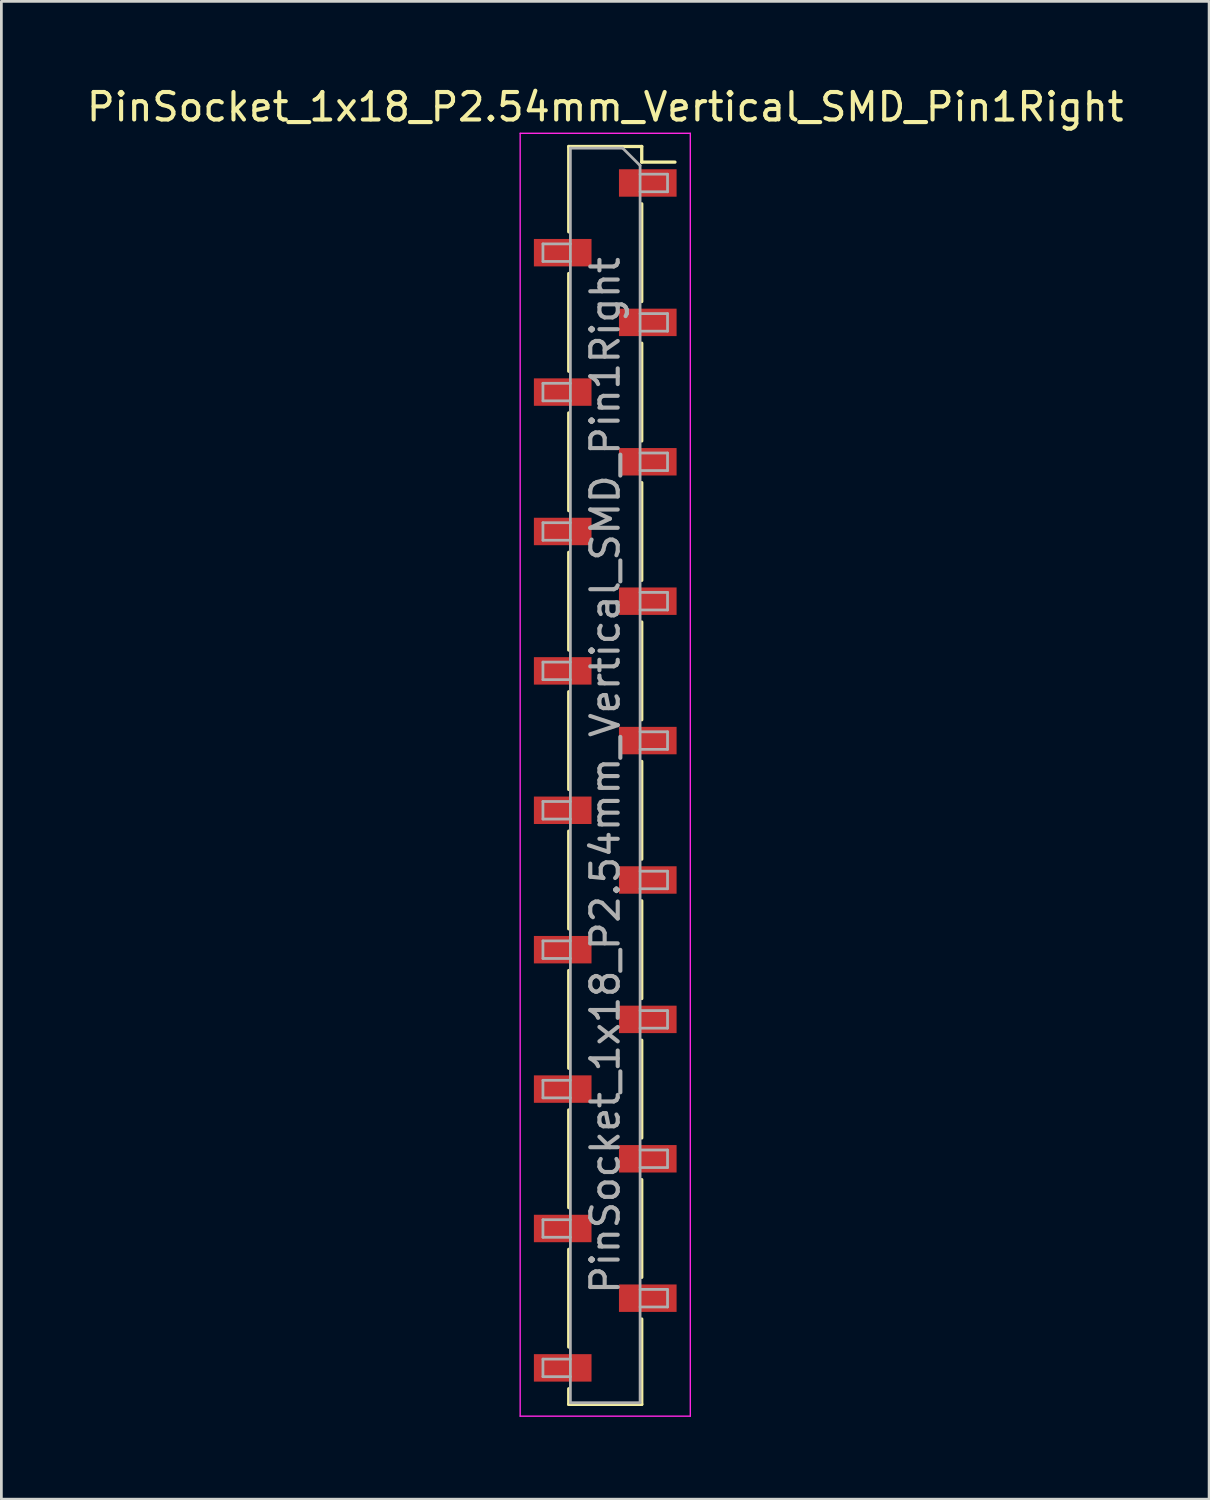
<source format=kicad_pcb>
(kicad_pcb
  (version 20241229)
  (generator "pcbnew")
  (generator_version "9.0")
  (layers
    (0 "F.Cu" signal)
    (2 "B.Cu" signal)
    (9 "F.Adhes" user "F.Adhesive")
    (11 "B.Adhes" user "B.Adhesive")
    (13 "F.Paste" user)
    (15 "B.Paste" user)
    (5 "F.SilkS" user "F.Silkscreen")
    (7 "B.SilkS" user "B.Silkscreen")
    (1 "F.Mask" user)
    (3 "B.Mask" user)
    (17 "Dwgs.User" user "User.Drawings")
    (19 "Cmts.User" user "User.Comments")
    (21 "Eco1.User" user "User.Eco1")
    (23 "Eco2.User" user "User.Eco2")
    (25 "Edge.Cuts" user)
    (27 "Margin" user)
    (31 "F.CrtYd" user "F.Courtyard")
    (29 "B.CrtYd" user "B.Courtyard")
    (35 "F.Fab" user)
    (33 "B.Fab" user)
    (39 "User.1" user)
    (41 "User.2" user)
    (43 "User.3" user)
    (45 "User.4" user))
  (footprint "PinSocket_1x18_P2.54mm_Vertical_SMD_Pin1Right"
    (layer "F.Cu")
    (at 19.006 25.208)
    (property "Reference" "PinSocket_1x18_P2.54mm_Vertical_SMD_Pin1Right" (at 0 -24.36 0) (layer "F.SilkS") (effects (font (size 1 1) (thickness 0.15))))
    (attr smd)
    (fp_line (start -1.33 -22.92) (end -1.33 -19.81) (stroke (width 0.12) (type solid)) (layer "F.SilkS"))
    (fp_line (start -1.33 -22.92) (end 1.33 -22.92) (stroke (width 0.12) (type solid)) (layer "F.SilkS"))
    (fp_line (start -1.33 -18.29) (end -1.33 -14.73) (stroke (width 0.12) (type solid)) (layer "F.SilkS"))
    (fp_line (start -1.33 -13.21) (end -1.33 -9.65) (stroke (width 0.12) (type solid)) (layer "F.SilkS"))
    (fp_line (start -1.33 -8.13) (end -1.33 -4.57) (stroke (width 0.12) (type solid)) (layer "F.SilkS"))
    (fp_line (start -1.33 -3.05) (end -1.33 0.51) (stroke (width 0.12) (type solid)) (layer "F.SilkS"))
    (fp_line (start -1.33 2.03) (end -1.33 5.59) (stroke (width 0.12) (type solid)) (layer "F.SilkS"))
    (fp_line (start -1.33 7.11) (end -1.33 10.67) (stroke (width 0.12) (type solid)) (layer "F.SilkS"))
    (fp_line (start -1.33 12.19) (end -1.33 15.75) (stroke (width 0.12) (type solid)) (layer "F.SilkS"))
    (fp_line (start -1.33 17.27) (end -1.33 20.83) (stroke (width 0.12) (type solid)) (layer "F.SilkS"))
    (fp_line (start -1.33 22.35) (end -1.33 22.92) (stroke (width 0.12) (type solid)) (layer "F.SilkS"))
    (fp_line (start -1.33 22.92) (end 1.33 22.92) (stroke (width 0.12) (type solid)) (layer "F.SilkS"))
    (fp_line (start 1.33 -22.92) (end 1.33 -22.35) (stroke (width 0.12) (type solid)) (layer "F.SilkS"))
    (fp_line (start 1.33 -22.35) (end 2.54 -22.35) (stroke (width 0.12) (type solid)) (layer "F.SilkS"))
    (fp_line (start 1.33 -20.83) (end 1.33 -17.27) (stroke (width 0.12) (type solid)) (layer "F.SilkS"))
    (fp_line (start 1.33 -15.75) (end 1.33 -12.19) (stroke (width 0.12) (type solid)) (layer "F.SilkS"))
    (fp_line (start 1.33 -10.67) (end 1.33 -7.11) (stroke (width 0.12) (type solid)) (layer "F.SilkS"))
    (fp_line (start 1.33 -5.59) (end 1.33 -2.03) (stroke (width 0.12) (type solid)) (layer "F.SilkS"))
    (fp_line (start 1.33 -0.51) (end 1.33 3.05) (stroke (width 0.12) (type solid)) (layer "F.SilkS"))
    (fp_line (start 1.33 4.57) (end 1.33 8.13) (stroke (width 0.12) (type solid)) (layer "F.SilkS"))
    (fp_line (start 1.33 9.65) (end 1.33 13.21) (stroke (width 0.12) (type solid)) (layer "F.SilkS"))
    (fp_line (start 1.33 14.73) (end 1.33 18.29) (stroke (width 0.12) (type solid)) (layer "F.SilkS"))
    (fp_line (start 1.33 19.81) (end 1.33 22.92) (stroke (width 0.12) (type solid)) (layer "F.SilkS"))
    (fp_line (start -3.1 -23.4) (end 3.1 -23.4) (stroke (width 0.05) (type solid)) (layer "F.CrtYd"))
    (fp_line (start -3.1 23.35) (end -3.1 -23.4) (stroke (width 0.05) (type solid)) (layer "F.CrtYd"))
    (fp_line (start 3.1 -23.4) (end 3.1 23.35) (stroke (width 0.05) (type solid)) (layer "F.CrtYd"))
    (fp_line (start 3.1 23.35) (end -3.1 23.35) (stroke (width 0.05) (type solid)) (layer "F.CrtYd"))
    (fp_line (start -2.27 -19.37) (end -1.27 -19.37) (stroke (width 0.1) (type solid)) (layer "F.Fab"))
    (fp_line (start -2.27 -18.73) (end -2.27 -19.37) (stroke (width 0.1) (type solid)) (layer "F.Fab"))
    (fp_line (start -2.27 -14.29) (end -1.27 -14.29) (stroke (width 0.1) (type solid)) (layer "F.Fab"))
    (fp_line (start -2.27 -13.65) (end -2.27 -14.29) (stroke (width 0.1) (type solid)) (layer "F.Fab"))
    (fp_line (start -2.27 -9.21) (end -1.27 -9.21) (stroke (width 0.1) (type solid)) (layer "F.Fab"))
    (fp_line (start -2.27 -8.57) (end -2.27 -9.21) (stroke (width 0.1) (type solid)) (layer "F.Fab"))
    (fp_line (start -2.27 -4.13) (end -1.27 -4.13) (stroke (width 0.1) (type solid)) (layer "F.Fab"))
    (fp_line (start -2.27 -3.49) (end -2.27 -4.13) (stroke (width 0.1) (type solid)) (layer "F.Fab"))
    (fp_line (start -2.27 0.95) (end -1.27 0.95) (stroke (width 0.1) (type solid)) (layer "F.Fab"))
    (fp_line (start -2.27 1.59) (end -2.27 0.95) (stroke (width 0.1) (type solid)) (layer "F.Fab"))
    (fp_line (start -2.27 6.03) (end -1.27 6.03) (stroke (width 0.1) (type solid)) (layer "F.Fab"))
    (fp_line (start -2.27 6.67) (end -2.27 6.03) (stroke (width 0.1) (type solid)) (layer "F.Fab"))
    (fp_line (start -2.27 11.11) (end -1.27 11.11) (stroke (width 0.1) (type solid)) (layer "F.Fab"))
    (fp_line (start -2.27 11.75) (end -2.27 11.11) (stroke (width 0.1) (type solid)) (layer "F.Fab"))
    (fp_line (start -2.27 16.19) (end -1.27 16.19) (stroke (width 0.1) (type solid)) (layer "F.Fab"))
    (fp_line (start -2.27 16.83) (end -2.27 16.19) (stroke (width 0.1) (type solid)) (layer "F.Fab"))
    (fp_line (start -2.27 21.27) (end -1.27 21.27) (stroke (width 0.1) (type solid)) (layer "F.Fab"))
    (fp_line (start -2.27 21.91) (end -2.27 21.27) (stroke (width 0.1) (type solid)) (layer "F.Fab"))
    (fp_line (start -1.27 -22.86) (end 0.635 -22.86) (stroke (width 0.1) (type solid)) (layer "F.Fab"))
    (fp_line (start -1.27 -18.73) (end -2.27 -18.73) (stroke (width 0.1) (type solid)) (layer "F.Fab"))
    (fp_line (start -1.27 -13.65) (end -2.27 -13.65) (stroke (width 0.1) (type solid)) (layer "F.Fab"))
    (fp_line (start -1.27 -8.57) (end -2.27 -8.57) (stroke (width 0.1) (type solid)) (layer "F.Fab"))
    (fp_line (start -1.27 -3.49) (end -2.27 -3.49) (stroke (width 0.1) (type solid)) (layer "F.Fab"))
    (fp_line (start -1.27 1.59) (end -2.27 1.59) (stroke (width 0.1) (type solid)) (layer "F.Fab"))
    (fp_line (start -1.27 6.67) (end -2.27 6.67) (stroke (width 0.1) (type solid)) (layer "F.Fab"))
    (fp_line (start -1.27 11.75) (end -2.27 11.75) (stroke (width 0.1) (type solid)) (layer "F.Fab"))
    (fp_line (start -1.27 16.83) (end -2.27 16.83) (stroke (width 0.1) (type solid)) (layer "F.Fab"))
    (fp_line (start -1.27 21.91) (end -2.27 21.91) (stroke (width 0.1) (type solid)) (layer "F.Fab"))
    (fp_line (start -1.27 22.86) (end -1.27 -22.86) (stroke (width 0.1) (type solid)) (layer "F.Fab"))
    (fp_line (start 0.635 -22.86) (end 1.27 -22.225) (stroke (width 0.1) (type solid)) (layer "F.Fab"))
    (fp_line (start 1.27 -22.225) (end 1.27 22.86) (stroke (width 0.1) (type solid)) (layer "F.Fab"))
    (fp_line (start 1.27 -21.91) (end 2.27 -21.91) (stroke (width 0.1) (type solid)) (layer "F.Fab"))
    (fp_line (start 1.27 -16.83) (end 2.27 -16.83) (stroke (width 0.1) (type solid)) (layer "F.Fab"))
    (fp_line (start 1.27 -11.75) (end 2.27 -11.75) (stroke (width 0.1) (type solid)) (layer "F.Fab"))
    (fp_line (start 1.27 -6.67) (end 2.27 -6.67) (stroke (width 0.1) (type solid)) (layer "F.Fab"))
    (fp_line (start 1.27 -1.59) (end 2.27 -1.59) (stroke (width 0.1) (type solid)) (layer "F.Fab"))
    (fp_line (start 1.27 3.49) (end 2.27 3.49) (stroke (width 0.1) (type solid)) (layer "F.Fab"))
    (fp_line (start 1.27 8.57) (end 2.27 8.57) (stroke (width 0.1) (type solid)) (layer "F.Fab"))
    (fp_line (start 1.27 13.65) (end 2.27 13.65) (stroke (width 0.1) (type solid)) (layer "F.Fab"))
    (fp_line (start 1.27 18.73) (end 2.27 18.73) (stroke (width 0.1) (type solid)) (layer "F.Fab"))
    (fp_line (start 1.27 22.86) (end -1.27 22.86) (stroke (width 0.1) (type solid)) (layer "F.Fab"))
    (fp_line (start 2.27 -21.91) (end 2.27 -21.27) (stroke (width 0.1) (type solid)) (layer "F.Fab"))
    (fp_line (start 2.27 -21.27) (end 1.27 -21.27) (stroke (width 0.1) (type solid)) (layer "F.Fab"))
    (fp_line (start 2.27 -16.83) (end 2.27 -16.19) (stroke (width 0.1) (type solid)) (layer "F.Fab"))
    (fp_line (start 2.27 -16.19) (end 1.27 -16.19) (stroke (width 0.1) (type solid)) (layer "F.Fab"))
    (fp_line (start 2.27 -11.75) (end 2.27 -11.11) (stroke (width 0.1) (type solid)) (layer "F.Fab"))
    (fp_line (start 2.27 -11.11) (end 1.27 -11.11) (stroke (width 0.1) (type solid)) (layer "F.Fab"))
    (fp_line (start 2.27 -6.67) (end 2.27 -6.03) (stroke (width 0.1) (type solid)) (layer "F.Fab"))
    (fp_line (start 2.27 -6.03) (end 1.27 -6.03) (stroke (width 0.1) (type solid)) (layer "F.Fab"))
    (fp_line (start 2.27 -1.59) (end 2.27 -0.95) (stroke (width 0.1) (type solid)) (layer "F.Fab"))
    (fp_line (start 2.27 -0.95) (end 1.27 -0.95) (stroke (width 0.1) (type solid)) (layer "F.Fab"))
    (fp_line (start 2.27 3.49) (end 2.27 4.13) (stroke (width 0.1) (type solid)) (layer "F.Fab"))
    (fp_line (start 2.27 4.13) (end 1.27 4.13) (stroke (width 0.1) (type solid)) (layer "F.Fab"))
    (fp_line (start 2.27 8.57) (end 2.27 9.21) (stroke (width 0.1) (type solid)) (layer "F.Fab"))
    (fp_line (start 2.27 9.21) (end 1.27 9.21) (stroke (width 0.1) (type solid)) (layer "F.Fab"))
    (fp_line (start 2.27 13.65) (end 2.27 14.29) (stroke (width 0.1) (type solid)) (layer "F.Fab"))
    (fp_line (start 2.27 14.29) (end 1.27 14.29) (stroke (width 0.1) (type solid)) (layer "F.Fab"))
    (fp_line (start 2.27 18.73) (end 2.27 19.37) (stroke (width 0.1) (type solid)) (layer "F.Fab"))
    (fp_line (start 2.27 19.37) (end 1.27 19.37) (stroke (width 0.1) (type solid)) (layer "F.Fab"))
    (fp_text user "${REFERENCE}" (at 0 0 90) (layer "F.Fab") (effects (font (size 1 1) (thickness 0.15))))
    (pad "1" smd rect (at 1.55 -21.59) (size 2.1 1) (layers "F.Cu" "F.Mask" "F.Paste"))
    (pad "2" smd rect (at -1.55 -19.05) (size 2.1 1) (layers "F.Cu" "F.Mask" "F.Paste"))
    (pad "3" smd rect (at 1.55 -16.51) (size 2.1 1) (layers "F.Cu" "F.Mask" "F.Paste"))
    (pad "4" smd rect (at -1.55 -13.97) (size 2.1 1) (layers "F.Cu" "F.Mask" "F.Paste"))
    (pad "5" smd rect (at 1.55 -11.43) (size 2.1 1) (layers "F.Cu" "F.Mask" "F.Paste"))
    (pad "6" smd rect (at -1.55 -8.89) (size 2.1 1) (layers "F.Cu" "F.Mask" "F.Paste"))
    (pad "7" smd rect (at 1.55 -6.35) (size 2.1 1) (layers "F.Cu" "F.Mask" "F.Paste"))
    (pad "8" smd rect (at -1.55 -3.81) (size 2.1 1) (layers "F.Cu" "F.Mask" "F.Paste"))
    (pad "9" smd rect (at 1.55 -1.27) (size 2.1 1) (layers "F.Cu" "F.Mask" "F.Paste"))
    (pad "10" smd rect (at -1.55 1.27) (size 2.1 1) (layers "F.Cu" "F.Mask" "F.Paste"))
    (pad "11" smd rect (at 1.55 3.81) (size 2.1 1) (layers "F.Cu" "F.Mask" "F.Paste"))
    (pad "12" smd rect (at -1.55 6.35) (size 2.1 1) (layers "F.Cu" "F.Mask" "F.Paste"))
    (pad "13" smd rect (at 1.55 8.89) (size 2.1 1) (layers "F.Cu" "F.Mask" "F.Paste"))
    (pad "14" smd rect (at -1.55 11.43) (size 2.1 1) (layers "F.Cu" "F.Mask" "F.Paste"))
    (pad "15" smd rect (at 1.55 13.97) (size 2.1 1) (layers "F.Cu" "F.Mask" "F.Paste"))
    (pad "16" smd rect (at -1.55 16.51) (size 2.1 1) (layers "F.Cu" "F.Mask" "F.Paste"))
    (pad "17" smd rect (at 1.55 19.05) (size 2.1 1) (layers "F.Cu" "F.Mask" "F.Paste"))
    (pad "18" smd rect (at -1.55 21.59) (size 2.1 1) (layers "F.Cu" "F.Mask" "F.Paste")))
  (gr_rect
    (start -3 -3)
    (end 41.012 51.583)
    (stroke (width 0.1) (type default))
    (fill no)
    (layer "Edge.Cuts")))
</source>
